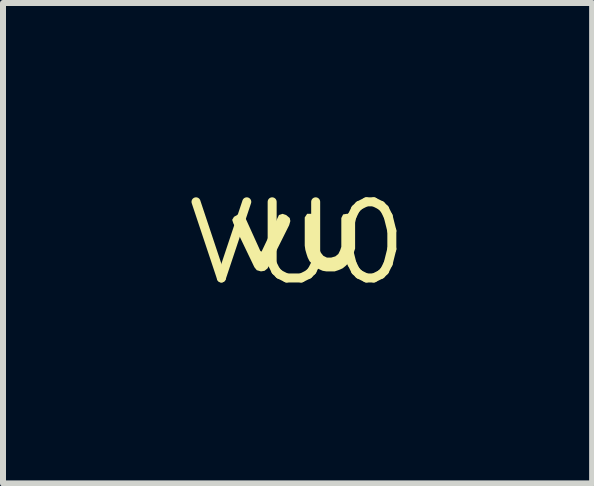
<source format=kicad_pcb>
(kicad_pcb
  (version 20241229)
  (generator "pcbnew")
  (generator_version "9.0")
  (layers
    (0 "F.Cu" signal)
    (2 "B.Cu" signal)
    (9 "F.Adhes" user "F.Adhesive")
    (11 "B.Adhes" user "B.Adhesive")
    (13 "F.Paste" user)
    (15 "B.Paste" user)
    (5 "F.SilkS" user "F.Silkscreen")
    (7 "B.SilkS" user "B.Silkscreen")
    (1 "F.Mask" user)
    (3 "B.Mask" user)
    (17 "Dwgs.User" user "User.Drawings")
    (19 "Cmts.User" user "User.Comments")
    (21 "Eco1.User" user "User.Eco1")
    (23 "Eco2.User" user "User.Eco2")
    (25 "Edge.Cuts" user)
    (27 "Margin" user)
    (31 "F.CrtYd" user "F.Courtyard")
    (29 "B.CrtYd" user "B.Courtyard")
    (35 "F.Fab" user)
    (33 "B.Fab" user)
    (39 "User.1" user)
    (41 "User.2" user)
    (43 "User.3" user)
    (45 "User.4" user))
  (footprint "VU0"
    (layer "F.Cu")
    (at 1.912 1.006)
    (property "Reference" "VU0" (at 0 0 0) (layer "F.SilkS") (effects (font (size 1.27 1.27) (thickness 0.15))))
    (attr through_hole)
    (fp_poly (pts (xy -0.19 -0.47) (xy -0.25 -0.49) (xy -0.31 -0.47) (xy -0.6 0.14) (xy -0.62 0.13) (xy -0.86 -0.4) (xy -0.88 -0.44) (xy -0.93 -0.49) (xy -0.99 -0.48) (xy -1.06 -0.44) (xy -1.09 -0.39) (xy -1.07 -0.33) (xy -0.72 0.4) (xy -0.68 0.45) (xy -0.61 0.47) (xy -0.55 0.46) (xy -0.5 0.42) (xy -0.47 0.36) (xy -0.14 -0.3) (xy -0.12 -0.37) (xy -0.13 -0.42)) (stroke (width 0) (type solid)) (fill yes) (layer "F.SilkS"))
    (fp_poly (pts (xy 0.76 -0.48) (xy 0.73 -0.42) (xy 0.73 -0.35) (xy 0.73 -0.01) (xy 0.73 0.06) (xy 0.71 0.12) (xy 0.68 0.18) (xy 0.63 0.22) (xy 0.56 0.24) (xy 0.49 0.24) (xy 0.43 0.21) (xy 0.39 0.16) (xy 0.36 0.1) (xy 0.35 0.03) (xy 0.35 -0.38) (xy 0.34 -0.45) (xy 0.3 -0.49) (xy 0.23 -0.49) (xy 0.16 -0.49) (xy 0.12 -0.43) (xy 0.12 0.04) (xy 0.13 0.11) (xy 0.15 0.18) (xy 0.17 0.24) (xy 0.2 0.3) (xy 0.25 0.35) (xy 0.3 0.39) (xy 0.35 0.43) (xy 0.42 0.46) (xy 0.48 0.47) (xy 0.55 0.47) (xy 0.62 0.47) (xy 0.68 0.45) (xy 0.75 0.42) (xy 0.8 0.38) (xy 0.85 0.33) (xy 0.89 0.28) (xy 0.92 0.22) (xy 0.94 0.15) (xy 0.96 0.09) (xy 0.96 0.02) (xy 0.96 -0.39) (xy 0.95 -0.46) (xy 0.89 -0.49) (xy 0.82 -0.49)) (stroke (width 0) (type solid)) (fill yes) (layer "F.SilkS")))
  (gr_rect
    (start -3 -3)
    (end 6.825 5.012)
    (stroke (width 0.1) (type default))
    (fill no)
    (layer "Edge.Cuts")))
</source>
